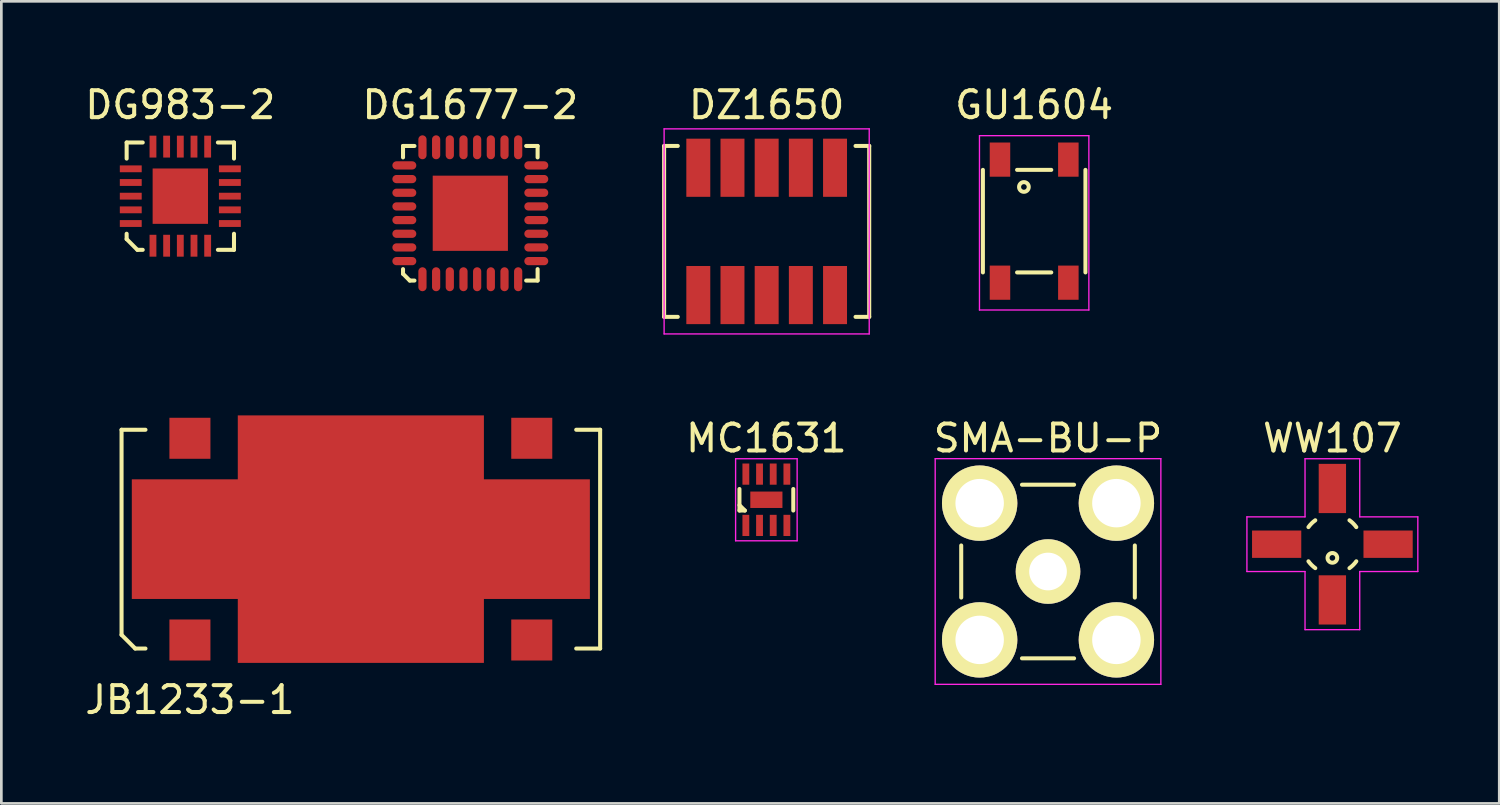
<source format=kicad_pcb>
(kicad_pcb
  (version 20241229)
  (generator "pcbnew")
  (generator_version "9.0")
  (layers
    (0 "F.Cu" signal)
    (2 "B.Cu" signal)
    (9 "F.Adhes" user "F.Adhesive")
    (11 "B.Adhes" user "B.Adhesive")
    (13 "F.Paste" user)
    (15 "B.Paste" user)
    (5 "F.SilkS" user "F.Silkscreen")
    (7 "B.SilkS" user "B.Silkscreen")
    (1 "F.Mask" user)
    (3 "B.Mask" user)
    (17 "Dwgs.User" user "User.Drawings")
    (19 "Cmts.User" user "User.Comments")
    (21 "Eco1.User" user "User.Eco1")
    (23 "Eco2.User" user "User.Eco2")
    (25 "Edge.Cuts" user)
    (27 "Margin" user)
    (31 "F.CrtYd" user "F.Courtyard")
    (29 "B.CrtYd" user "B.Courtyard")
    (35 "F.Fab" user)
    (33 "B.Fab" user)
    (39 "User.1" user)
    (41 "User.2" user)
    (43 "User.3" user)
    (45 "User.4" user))
  (footprint "JB1233-1"
    (layer "F.Cu")
    (at 10.356 16.98)
    (property "Reference" "JB1233-1" (at -6.35 5.969 0) (layer "F.SilkS") (effects (font (size 1 1) (thickness 0.15))))
    (attr through_hole)
    (fp_line (start -8.89 -4.064) (end -8.89 3.556) (stroke (width 0.15) (type solid)) (layer "F.SilkS"))
    (fp_line (start -8.89 3.556) (end -8.382 4.064) (stroke (width 0.15) (type solid)) (layer "F.SilkS"))
    (fp_line (start -8.382 4.064) (end -8.001 4.064) (stroke (width 0.15) (type solid)) (layer "F.SilkS"))
    (fp_line (start -8.001 -4.064) (end -8.89 -4.064) (stroke (width 0.15) (type solid)) (layer "F.SilkS"))
    (fp_line (start 8.001 -4.064) (end 8.89 -4.064) (stroke (width 0.15) (type solid)) (layer "F.SilkS"))
    (fp_line (start 8.89 -4.064) (end 8.89 4.064) (stroke (width 0.15) (type solid)) (layer "F.SilkS"))
    (fp_line (start 8.89 4.064) (end 8.001 4.064) (stroke (width 0.15) (type solid)) (layer "F.SilkS"))
    (pad "1" smd rect (at -6.35 3.747 90) (size 1.524 1.524) (layers "F.Cu" "F.Mask" "F.Paste"))
    (pad "2" smd rect (at 6.35 3.747 90) (size 1.524 1.524) (layers "F.Cu" "F.Mask" "F.Paste"))
    (pad "3" smd rect (at 6.35 -3.747 90) (size 1.524 1.524) (layers "F.Cu" "F.Mask" "F.Paste"))
    (pad "4" smd rect (at -6.35 -3.747 90) (size 1.524 1.524) (layers "F.Cu" "F.Mask" "F.Paste"))
    (pad "5" smd rect (at 0 0 90) (size 4.445 17.018) (layers "F.Cu" "F.Mask" "F.Paste"))
    (pad "5" smd rect (at 0 0 90) (size 9.195 9.144) (layers "F.Cu" "F.Mask" "F.Paste")))
  (footprint "GU1604"
    (layer "F.Cu")
    (at 35.371 5.166)
    (property "Reference" "GU1604" (at 0 -4.318 0) (layer "F.SilkS") (effects (font (size 1 1) (thickness 0.15))))
    (attr through_hole)
    (fp_line (start -1.905 -1.905) (end -1.905 1.905) (stroke (width 0.15) (type solid)) (layer "F.SilkS"))
    (fp_line (start -0.635 -1.905) (end 0.635 -1.905) (stroke (width 0.15) (type solid)) (layer "F.SilkS"))
    (fp_line (start -0.635 1.905) (end 0.635 1.905) (stroke (width 0.15) (type solid)) (layer "F.SilkS"))
    (fp_line (start 1.905 -1.905) (end 1.905 1.905) (stroke (width 0.15) (type solid)) (layer "F.SilkS"))
    (fp_circle (center -0.381 -1.27) (end -0.254 -1.397) (stroke (width 0.15) (type solid)) (fill no) (layer "F.SilkS"))
    (fp_line (start -2.032 -3.175) (end -2.032 3.302) (stroke (width 0.05) (type solid)) (layer "F.CrtYd"))
    (fp_line (start -2.032 3.302) (end 2.032 3.302) (stroke (width 0.05) (type solid)) (layer "F.CrtYd"))
    (fp_line (start 2.032 -3.175) (end -2.032 -3.175) (stroke (width 0.05) (type solid)) (layer "F.CrtYd"))
    (fp_line (start 2.032 3.302) (end 2.032 -3.175) (stroke (width 0.05) (type solid)) (layer "F.CrtYd"))
    (pad "1" smd rect (at -1.27 -2.286) (size 0.762 1.27) (layers "F.Cu" "F.Mask" "F.Paste"))
    (pad "2" smd rect (at -1.27 2.286) (size 0.762 1.27) (layers "F.Cu" "F.Mask" "F.Paste"))
    (pad "3" smd rect (at 1.27 -2.286) (size 0.762 1.27) (layers "F.Cu" "F.Mask" "F.Paste"))
    (pad "4" smd rect (at 1.27 2.286) (size 0.762 1.27) (layers "F.Cu" "F.Mask" "F.Paste")))
  (footprint "DG983-2"
    (layer "F.Cu")
    (at 3.649 4.238)
    (property "Reference" "DG983-2" (at 0 -3.39 0) (layer "F.SilkS") (effects (font (size 1 1) (thickness 0.15))))
    (attr through_hole)
    (fp_line (start -1.994 -1.994) (end -1.994 -1.396) (stroke (width 0.15) (type solid)) (layer "F.SilkS"))
    (fp_line (start -1.994 -1.994) (end -1.396 -1.994) (stroke (width 0.15) (type solid)) (layer "F.SilkS"))
    (fp_line (start -1.994 1.595) (end -1.994 1.396) (stroke (width 0.15) (type solid)) (layer "F.SilkS"))
    (fp_line (start -1.994 1.595) (end -1.595 1.994) (stroke (width 0.15) (type solid)) (layer "F.SilkS"))
    (fp_line (start -1.595 1.994) (end -1.396 1.994) (stroke (width 0.15) (type solid)) (layer "F.SilkS"))
    (fp_line (start 1.396 1.994) (end 1.994 1.994) (stroke (width 0.15) (type solid)) (layer "F.SilkS"))
    (fp_line (start 1.994 -1.994) (end 1.396 -1.994) (stroke (width 0.15) (type solid)) (layer "F.SilkS"))
    (fp_line (start 1.994 -1.396) (end 1.994 -1.994) (stroke (width 0.15) (type solid)) (layer "F.SilkS"))
    (fp_line (start 1.994 1.994) (end 1.994 1.396) (stroke (width 0.15) (type solid)) (layer "F.SilkS"))
    (pad "1" smd rect (at -1.016 1.841) (size 0.254 0.813) (layers "F.Cu" "F.Mask" "F.Paste"))
    (pad "2" smd rect (at -0.508 1.841) (size 0.254 0.813) (layers "F.Cu" "F.Mask" "F.Paste"))
    (pad "3" smd rect (at 0 1.841) (size 0.254 0.813) (layers "F.Cu" "F.Mask" "F.Paste"))
    (pad "4" smd rect (at 0.508 1.841) (size 0.254 0.813) (layers "F.Cu" "F.Mask" "F.Paste"))
    (pad "5" smd rect (at 1.016 1.841) (size 0.254 0.813) (layers "F.Cu" "F.Mask" "F.Paste"))
    (pad "6" smd rect (at 1.841 1.016) (size 0.813 0.254) (layers "F.Cu" "F.Mask" "F.Paste"))
    (pad "7" smd rect (at 1.841 0.508) (size 0.813 0.254) (layers "F.Cu" "F.Mask" "F.Paste"))
    (pad "8" smd rect (at 1.841 0) (size 0.813 0.254) (layers "F.Cu" "F.Mask" "F.Paste"))
    (pad "9" smd rect (at 1.841 -0.508) (size 0.813 0.254) (layers "F.Cu" "F.Mask" "F.Paste"))
    (pad "10" smd rect (at 1.841 -1.016) (size 0.813 0.254) (layers "F.Cu" "F.Mask" "F.Paste"))
    (pad "11" smd rect (at 1.016 -1.841) (size 0.254 0.813) (layers "F.Cu" "F.Mask" "F.Paste"))
    (pad "12" smd rect (at 0.508 -1.841) (size 0.254 0.813) (layers "F.Cu" "F.Mask" "F.Paste"))
    (pad "13" smd rect (at 0 -1.841) (size 0.254 0.813) (layers "F.Cu" "F.Mask" "F.Paste"))
    (pad "14" smd rect (at -0.508 -1.841) (size 0.254 0.813) (layers "F.Cu" "F.Mask" "F.Paste"))
    (pad "15" smd rect (at -1.016 -1.841) (size 0.254 0.813) (layers "F.Cu" "F.Mask" "F.Paste"))
    (pad "16" smd rect (at -1.841 -1.016) (size 0.813 0.254) (layers "F.Cu" "F.Mask" "F.Paste"))
    (pad "17" smd rect (at -1.841 -0.508) (size 0.813 0.254) (layers "F.Cu" "F.Mask" "F.Paste"))
    (pad "18" smd rect (at -1.841 0) (size 0.813 0.254) (layers "F.Cu" "F.Mask" "F.Paste"))
    (pad "19" smd rect (at -1.841 0.508) (size 0.813 0.254) (layers "F.Cu" "F.Mask" "F.Paste"))
    (pad "20" smd rect (at -1.841 1.016) (size 0.813 0.254) (layers "F.Cu" "F.Mask" "F.Paste"))
    (pad "PAD" smd rect (at 0 0) (size 2.057 2.057) (layers "F.Cu" "F.Mask" "F.Paste")))
  (footprint "DZ1650"
    (layer "F.Cu")
    (at 25.433 5.547)
    (property "Reference" "DZ1650" (at 0 -4.699 180) (layer "F.SilkS") (effects (font (size 1 1) (thickness 0.15))))
    (attr through_hole)
    (fp_line (start -3.81 -3.175) (end -3.302 -3.175) (stroke (width 0.15) (type solid)) (layer "F.SilkS"))
    (fp_line (start -3.81 3.175) (end -3.81 -3.175) (stroke (width 0.15) (type solid)) (layer "F.SilkS"))
    (fp_line (start -3.81 3.175) (end -3.302 3.175) (stroke (width 0.15) (type solid)) (layer "F.SilkS"))
    (fp_line (start 3.81 -3.175) (end 3.302 -3.175) (stroke (width 0.15) (type solid)) (layer "F.SilkS"))
    (fp_line (start 3.81 -3.175) (end 3.81 3.175) (stroke (width 0.15) (type solid)) (layer "F.SilkS"))
    (fp_line (start 3.81 3.175) (end 3.302 3.175) (stroke (width 0.15) (type solid)) (layer "F.SilkS"))
    (fp_line (start -3.81 -3.81) (end -3.81 3.81) (stroke (width 0.05) (type solid)) (layer "F.CrtYd"))
    (fp_line (start -3.81 3.81) (end 3.81 3.81) (stroke (width 0.05) (type solid)) (layer "F.CrtYd"))
    (fp_line (start 3.81 -3.81) (end -3.81 -3.81) (stroke (width 0.05) (type solid)) (layer "F.CrtYd"))
    (fp_line (start 3.81 3.81) (end 3.81 -3.81) (stroke (width 0.05) (type solid)) (layer "F.CrtYd"))
    (pad "1" smd rect (at -2.54 2.365) (size 0.89 2.16) (layers "F.Cu" "F.Mask" "F.Paste"))
    (pad "2" smd rect (at -1.27 2.365) (size 0.89 2.16) (layers "F.Cu" "F.Mask" "F.Paste"))
    (pad "3" smd rect (at 0 2.365) (size 0.89 2.16) (layers "F.Cu" "F.Mask" "F.Paste"))
    (pad "4" smd rect (at 1.27 2.365) (size 0.89 2.16) (layers "F.Cu" "F.Mask" "F.Paste"))
    (pad "5" smd rect (at 2.54 2.365) (size 0.89 2.16) (layers "F.Cu" "F.Mask" "F.Paste"))
    (pad "6" smd rect (at 2.54 -2.365) (size 0.89 2.16) (layers "F.Cu" "F.Mask" "F.Paste"))
    (pad "7" smd rect (at 1.27 -2.365) (size 0.89 2.16) (layers "F.Cu" "F.Mask" "F.Paste"))
    (pad "8" smd rect (at 0 -2.365) (size 0.89 2.16) (layers "F.Cu" "F.Mask" "F.Paste"))
    (pad "9" smd rect (at -1.27 -2.365) (size 0.89 2.16) (layers "F.Cu" "F.Mask" "F.Paste"))
    (pad "10" smd rect (at -2.54 -2.365) (size 0.89 2.16) (layers "F.Cu" "F.Mask" "F.Paste")))
  (footprint "SMA-BU-P"
    (layer "F.Cu")
    (at 35.886 18.183)
    (property "Reference" "SMA-BU-P" (at 0 -4.953 0) (layer "F.SilkS") (effects (font (size 1 1) (thickness 0.15))))
    (attr through_hole)
    (fp_line (start -3.225 -0.968) (end -3.225 0.968) (stroke (width 0.15) (type solid)) (layer "F.SilkS"))
    (fp_line (start -0.968 -3.225) (end 0.968 -3.225) (stroke (width 0.15) (type solid)) (layer "F.SilkS"))
    (fp_line (start -0.968 3.225) (end 0.968 3.225) (stroke (width 0.15) (type solid)) (layer "F.SilkS"))
    (fp_line (start 3.225 -0.968) (end 3.225 0.968) (stroke (width 0.15) (type solid)) (layer "F.SilkS"))
    (fp_line (start -4.192 -4.192) (end -4.192 4.192) (stroke (width 0.05) (type solid)) (layer "F.CrtYd"))
    (fp_line (start -4.192 4.192) (end 4.192 4.192) (stroke (width 0.05) (type solid)) (layer "F.CrtYd"))
    (fp_line (start 4.192 -4.192) (end -4.192 -4.192) (stroke (width 0.05) (type solid)) (layer "F.CrtYd"))
    (fp_line (start 4.192 4.192) (end 4.192 -4.192) (stroke (width 0.05) (type solid)) (layer "F.CrtYd"))
    (pad "GND" thru_hole circle (at -2.54 -2.54) (size 2.8 2.8) (drill 1.8) (layers "*.Cu" "*.Mask" "F.SilkS"))
    (pad "GND" thru_hole circle (at -2.54 2.54) (size 2.8 2.8) (drill 1.8) (layers "*.Cu" "*.Mask" "F.SilkS"))
    (pad "GND" thru_hole circle (at 2.54 -2.54) (size 2.8 2.8) (drill 1.8) (layers "*.Cu" "*.Mask" "F.SilkS"))
    (pad "GND" thru_hole circle (at 2.54 2.54) (size 2.8 2.8) (drill 1.8) (layers "*.Cu" "*.Mask" "F.SilkS"))
    (pad "SIG" thru_hole circle (at 0 0) (size 2.4 2.4) (drill 1.4) (layers "*.Cu" "*.Mask" "F.SilkS")))
  (footprint "DG1677-2"
    (layer "F.Cu")
    (at 14.423 4.873)
    (property "Reference" "DG1677-2" (at 0 -4.025 0) (layer "F.SilkS") (effects (font (size 1 1) (thickness 0.15))))
    (attr through_hole)
    (fp_line (start -2.5 -2.5) (end -2.075 -2.5) (stroke (width 0.15) (type solid)) (layer "F.SilkS"))
    (fp_line (start -2.5 -2.075) (end -2.5 -2.5) (stroke (width 0.15) (type solid)) (layer "F.SilkS"))
    (fp_line (start -2.5 2.075) (end -2.5 2.25) (stroke (width 0.15) (type solid)) (layer "F.SilkS"))
    (fp_line (start -2.5 2.25) (end -2.25 2.5) (stroke (width 0.15) (type solid)) (layer "F.SilkS"))
    (fp_line (start -2.25 2.5) (end -2.075 2.5) (stroke (width 0.15) (type solid)) (layer "F.SilkS"))
    (fp_line (start 2.075 -2.5) (end 2.5 -2.5) (stroke (width 0.15) (type solid)) (layer "F.SilkS"))
    (fp_line (start 2.5 -2.5) (end 2.5 -2.075) (stroke (width 0.15) (type solid)) (layer "F.SilkS"))
    (fp_line (start 2.5 2.075) (end 2.5 2.5) (stroke (width 0.15) (type solid)) (layer "F.SilkS"))
    (fp_line (start 2.5 2.5) (end 2.075 2.5) (stroke (width 0.15) (type solid)) (layer "F.SilkS"))
    (pad "1" smd oval (at -2.451 1.778 90) (size 0.305 0.889) (layers "F.Cu" "F.Mask" "F.Paste"))
    (pad "2" smd oval (at -2.451 1.27 90) (size 0.305 0.889) (layers "F.Cu" "F.Mask" "F.Paste"))
    (pad "3" smd oval (at -2.451 0.762 90) (size 0.305 0.889) (layers "F.Cu" "F.Mask" "F.Paste"))
    (pad "4" smd oval (at -2.451 0.254 90) (size 0.305 0.889) (layers "F.Cu" "F.Mask" "F.Paste"))
    (pad "5" smd oval (at -2.451 -0.254 90) (size 0.305 0.889) (layers "F.Cu" "F.Mask" "F.Paste"))
    (pad "6" smd oval (at -2.451 -0.762 90) (size 0.305 0.889) (layers "F.Cu" "F.Mask" "F.Paste"))
    (pad "7" smd oval (at -2.451 -1.27 90) (size 0.305 0.889) (layers "F.Cu" "F.Mask" "F.Paste"))
    (pad "8" smd oval (at -2.451 -1.778 90) (size 0.305 0.889) (layers "F.Cu" "F.Mask" "F.Paste"))
    (pad "9" smd oval (at -1.778 -2.451) (size 0.305 0.889) (layers "F.Cu" "F.Mask" "F.Paste"))
    (pad "10" smd oval (at -1.27 -2.451) (size 0.305 0.889) (layers "F.Cu" "F.Mask" "F.Paste"))
    (pad "11" smd oval (at -0.762 -2.451) (size 0.305 0.889) (layers "F.Cu" "F.Mask" "F.Paste"))
    (pad "12" smd oval (at -0.254 -2.451) (size 0.305 0.889) (layers "F.Cu" "F.Mask" "F.Paste"))
    (pad "13" smd oval (at 0.254 -2.451) (size 0.305 0.889) (layers "F.Cu" "F.Mask" "F.Paste"))
    (pad "14" smd oval (at 0.762 -2.451) (size 0.305 0.889) (layers "F.Cu" "F.Mask" "F.Paste"))
    (pad "15" smd oval (at 1.27 -2.451) (size 0.305 0.889) (layers "F.Cu" "F.Mask" "F.Paste"))
    (pad "16" smd oval (at 1.778 -2.451) (size 0.305 0.889) (layers "F.Cu" "F.Mask" "F.Paste"))
    (pad "17" smd oval (at 2.451 -1.778 90) (size 0.305 0.889) (layers "F.Cu" "F.Mask" "F.Paste"))
    (pad "18" smd oval (at 2.451 -1.27 90) (size 0.305 0.889) (layers "F.Cu" "F.Mask" "F.Paste"))
    (pad "19" smd oval (at 2.451 -0.762 90) (size 0.305 0.889) (layers "F.Cu" "F.Mask" "F.Paste"))
    (pad "20" smd oval (at 2.451 -0.254 90) (size 0.305 0.889) (layers "F.Cu" "F.Mask" "F.Paste"))
    (pad "21" smd oval (at 2.451 0.254 90) (size 0.305 0.889) (layers "F.Cu" "F.Mask" "F.Paste"))
    (pad "22" smd oval (at 2.451 0.762 90) (size 0.305 0.889) (layers "F.Cu" "F.Mask" "F.Paste"))
    (pad "23" smd oval (at 2.451 1.27 90) (size 0.305 0.889) (layers "F.Cu" "F.Mask" "F.Paste"))
    (pad "24" smd oval (at 2.451 1.778 90) (size 0.305 0.889) (layers "F.Cu" "F.Mask" "F.Paste"))
    (pad "25" smd oval (at 1.778 2.451) (size 0.305 0.889) (layers "F.Cu" "F.Mask" "F.Paste"))
    (pad "26" smd oval (at 1.27 2.451) (size 0.305 0.889) (layers "F.Cu" "F.Mask" "F.Paste"))
    (pad "27" smd oval (at 0.762 2.451) (size 0.305 0.889) (layers "F.Cu" "F.Mask" "F.Paste"))
    (pad "28" smd oval (at 0.254 2.451) (size 0.305 0.889) (layers "F.Cu" "F.Mask" "F.Paste"))
    (pad "29" smd oval (at -0.254 2.451) (size 0.305 0.889) (layers "F.Cu" "F.Mask" "F.Paste"))
    (pad "30" smd oval (at -0.762 2.451) (size 0.305 0.889) (layers "F.Cu" "F.Mask" "F.Paste"))
    (pad "31" smd oval (at -1.27 2.451) (size 0.305 0.889) (layers "F.Cu" "F.Mask" "F.Paste"))
    (pad "32" smd oval (at -1.778 2.451) (size 0.305 0.889) (layers "F.Cu" "F.Mask" "F.Paste"))
    (pad "PAD" smd rect (at 0 0 90) (size 2.794 2.794) (layers "F.Cu" "F.Mask" "F.Paste")))
  (footprint "WW107"
    (layer "F.Cu")
    (at 46.45 17.168)
    (property "Reference" "WW107" (at 0 -3.937 0) (layer "F.SilkS") (effects (font (size 1 1) (thickness 0.15))))
    (attr through_hole)
    (fp_arc (start -0.889 -0.635) (mid -0.772511 -0.772511) (end -0.635 -0.889) (stroke (width 0.15) (type solid)) (layer "F.SilkS"))
    (fp_arc (start -0.635 0.889) (mid -0.772511 0.77251) (end -0.889001 0.634999) (stroke (width 0.15) (type solid)) (layer "F.SilkS"))
    (fp_arc (start 0.635 -0.889) (mid 0.772511 -0.772511) (end 0.889 -0.635) (stroke (width 0.15) (type solid)) (layer "F.SilkS"))
    (fp_arc (start 0.889 0.635) (mid 0.77251 0.772511) (end 0.634999 0.889001) (stroke (width 0.15) (type solid)) (layer "F.SilkS"))
    (fp_circle (center 0 0.508) (end 0.127 0.635) (stroke (width 0.15) (type solid)) (fill no) (layer "F.SilkS"))
    (fp_line (start -3.175 -1.016) (end -1.016 -1.016) (stroke (width 0.05) (type solid)) (layer "F.CrtYd"))
    (fp_line (start -3.175 1.016) (end -3.175 -1.016) (stroke (width 0.05) (type solid)) (layer "F.CrtYd"))
    (fp_line (start -1.016 -3.175) (end -1.016 -1.016) (stroke (width 0.05) (type solid)) (layer "F.CrtYd"))
    (fp_line (start -1.016 1.016) (end -3.175 1.016) (stroke (width 0.05) (type solid)) (layer "F.CrtYd"))
    (fp_line (start -1.016 3.175) (end -1.016 1.016) (stroke (width 0.05) (type solid)) (layer "F.CrtYd"))
    (fp_line (start 1.016 -3.175) (end -1.016 -3.175) (stroke (width 0.05) (type solid)) (layer "F.CrtYd"))
    (fp_line (start 1.016 -3.175) (end 1.016 -1.016) (stroke (width 0.05) (type solid)) (layer "F.CrtYd"))
    (fp_line (start 1.016 -1.016) (end 3.175 -1.016) (stroke (width 0.05) (type solid)) (layer "F.CrtYd"))
    (fp_line (start 1.016 1.016) (end 1.016 3.175) (stroke (width 0.05) (type solid)) (layer "F.CrtYd"))
    (fp_line (start 1.016 3.175) (end -1.016 3.175) (stroke (width 0.05) (type solid)) (layer "F.CrtYd"))
    (fp_line (start 3.175 -1.016) (end 3.175 1.016) (stroke (width 0.05) (type solid)) (layer "F.CrtYd"))
    (fp_line (start 3.175 1.016) (end 1.016 1.016) (stroke (width 0.05) (type solid)) (layer "F.CrtYd"))
    (pad "1" smd rect (at 0 2.07) (size 1.016 1.829) (layers "F.Cu" "F.Mask" "F.Paste"))
    (pad "2" smd rect (at 2.07 0) (size 1.829 1.016) (layers "F.Cu" "F.Mask" "F.Paste"))
    (pad "3" smd rect (at 0 -2.07) (size 1.016 1.829) (layers "F.Cu" "F.Mask" "F.Paste"))
    (pad "4" smd rect (at -2.07 0) (size 1.829 1.016) (layers "F.Cu" "F.Mask" "F.Paste")))
  (footprint "MC1631"
    (layer "F.Cu")
    (at 25.422 15.517)
    (property "Reference" "MC1631" (at 0 -2.286 0) (layer "F.SilkS") (effects (font (size 1 1) (thickness 0.15))))
    (attr through_hole)
    (fp_line (start -1 -0.4) (end -1 0.4) (stroke (width 0.15) (type solid)) (layer "F.SilkS"))
    (fp_line (start -1 0.2) (end -0.8 0.4) (stroke (width 0.15) (type solid)) (layer "F.SilkS"))
    (fp_line (start -1 0.4) (end -0.8 0.4) (stroke (width 0.15) (type solid)) (layer "F.SilkS"))
    (fp_line (start 1 -0.4) (end 1 0.4) (stroke (width 0.15) (type solid)) (layer "F.SilkS"))
    (fp_line (start -1.143 -1.524) (end -1.143 1.524) (stroke (width 0.05) (type solid)) (layer "F.CrtYd"))
    (fp_line (start -1.143 1.524) (end 1.143 1.524) (stroke (width 0.05) (type solid)) (layer "F.CrtYd"))
    (fp_line (start 1.143 -1.524) (end -1.143 -1.524) (stroke (width 0.05) (type solid)) (layer "F.CrtYd"))
    (fp_line (start 1.143 1.524) (end 1.143 -1.524) (stroke (width 0.05) (type solid)) (layer "F.CrtYd"))
    (pad "1" smd rect (at -0.762 0.953) (size 0.254 0.787) (layers "F.Cu" "F.Mask" "F.Paste"))
    (pad "2" smd rect (at -0.254 0.953) (size 0.254 0.787) (layers "F.Cu" "F.Mask" "F.Paste"))
    (pad "3" smd rect (at 0.254 0.953) (size 0.254 0.787) (layers "F.Cu" "F.Mask" "F.Paste"))
    (pad "4" smd rect (at 0.762 0.953) (size 0.254 0.787) (layers "F.Cu" "F.Mask" "F.Paste"))
    (pad "5" smd rect (at 0.762 -0.953) (size 0.254 0.787) (layers "F.Cu" "F.Mask" "F.Paste"))
    (pad "6" smd rect (at 0.254 -0.953) (size 0.254 0.787) (layers "F.Cu" "F.Mask" "F.Paste"))
    (pad "7" smd rect (at -0.254 -0.953) (size 0.254 0.787) (layers "F.Cu" "F.Mask" "F.Paste"))
    (pad "8" smd rect (at -0.762 -0.953) (size 0.254 0.787) (layers "F.Cu" "F.Mask" "F.Paste"))
    (pad "PAD" smd rect (at 0 0) (size 1.194 0.61) (layers "F.Cu" "F.Mask" "F.Paste")))
  (gr_rect
    (start -3 -3)
    (end 52.65 26.797)
    (stroke (width 0.1) (type default))
    (fill no)
    (layer "Edge.Cuts")))
</source>
